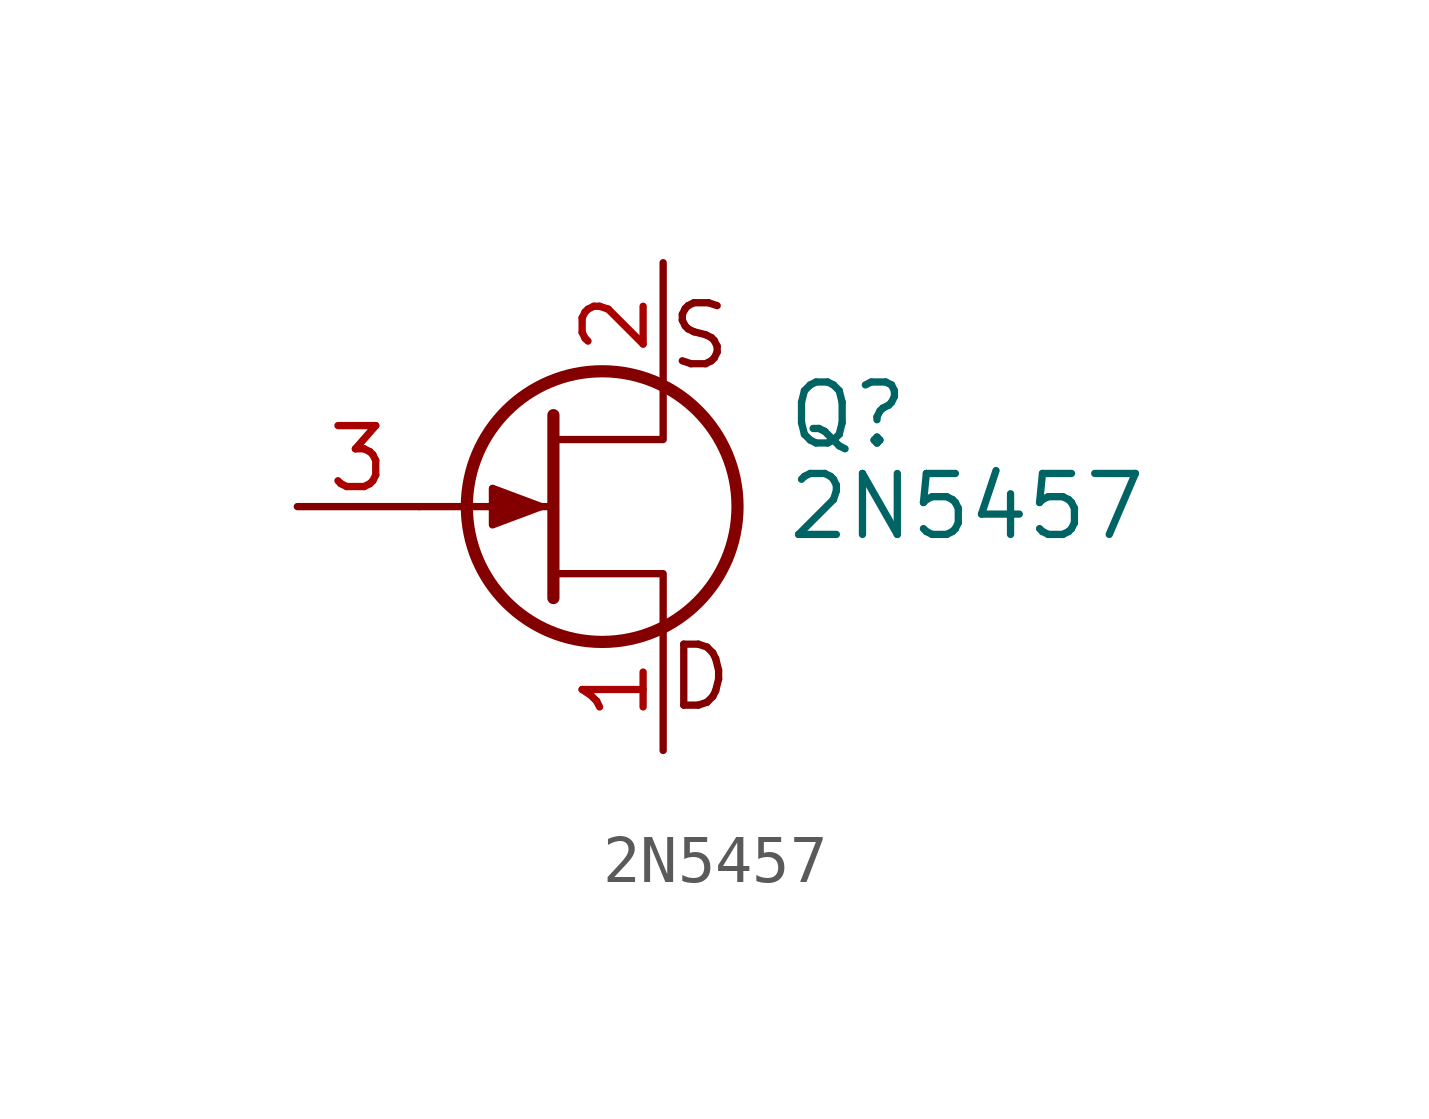
<source format=kicad_sym>
(kicad_symbol_lib
  (version 20241209)
  (generator "kicad_symbol_editor")
  (generator_version "9.0")
  (symbol "2N5457"
    (pin_names
      (hide yes))
    (property "Reference" "Q"
      (at 5.08 1.905 0)
      (effects (font (size 1.27 1.27)) (justify left)))
    (property "Value" "2N5457"
      (at 5.08 0 0)
      (effects (font (size 1.27 1.27)) (justify left)))
    (symbol "2N5457_0_1"
      (polyline (pts (xy 0 0) (xy -1.016 0.381) (xy -1.016 -0.381) (xy 0 0)) (stroke (width 0) (type default)) (fill (type outline)))
      (polyline (pts (xy 0.254 1.905) (xy 0.254 -1.905)) (stroke (width 0.254) (type default)) (fill (type none)))
      (polyline (pts (xy 0.254 0) (xy -2.54 0)) (stroke (width 0) (type default)) (fill (type none)))
      (circle (center 1.27 0) (radius 2.819) (stroke (width 0.254) (type default)) (fill (type none)))
      (polyline (pts (xy 2.54 2.54) (xy 2.54 1.397) (xy 0.254 1.397)) (stroke (width 0) (type default)) (fill (type none)))
      (polyline (pts (xy 2.54 -2.54) (xy 2.54 -1.397) (xy 0.254 -1.397)) (stroke (width 0) (type default)) (fill (type none))))
    (symbol "2N5457_1_1"
      (text "S" (at 3.302 3.556 0) (effects (font (size 1.27 1.27))))
      (text "D" (at 3.302 -3.556 0) (effects (font (size 1.27 1.27))))
      (pin input line (at -5.08 0 0) (length 2.54) (name "G" (effects (font (size 1.27 1.27)))) (number "3" (effects (font (size 1.27 1.27)))))
      (pin passive line (at 2.54 5.08 270) (length 2.54) (name "D" (effects (font (size 1.27 1.27)))) (number "2" (effects (font (size 1.27 1.27)))))
      (pin passive line (at 2.54 -5.08 90) (length 2.54) (name "S" (effects (font (size 1.27 1.27)))) (number "1" (effects (font (size 1.27 1.27))))))))
</source>
